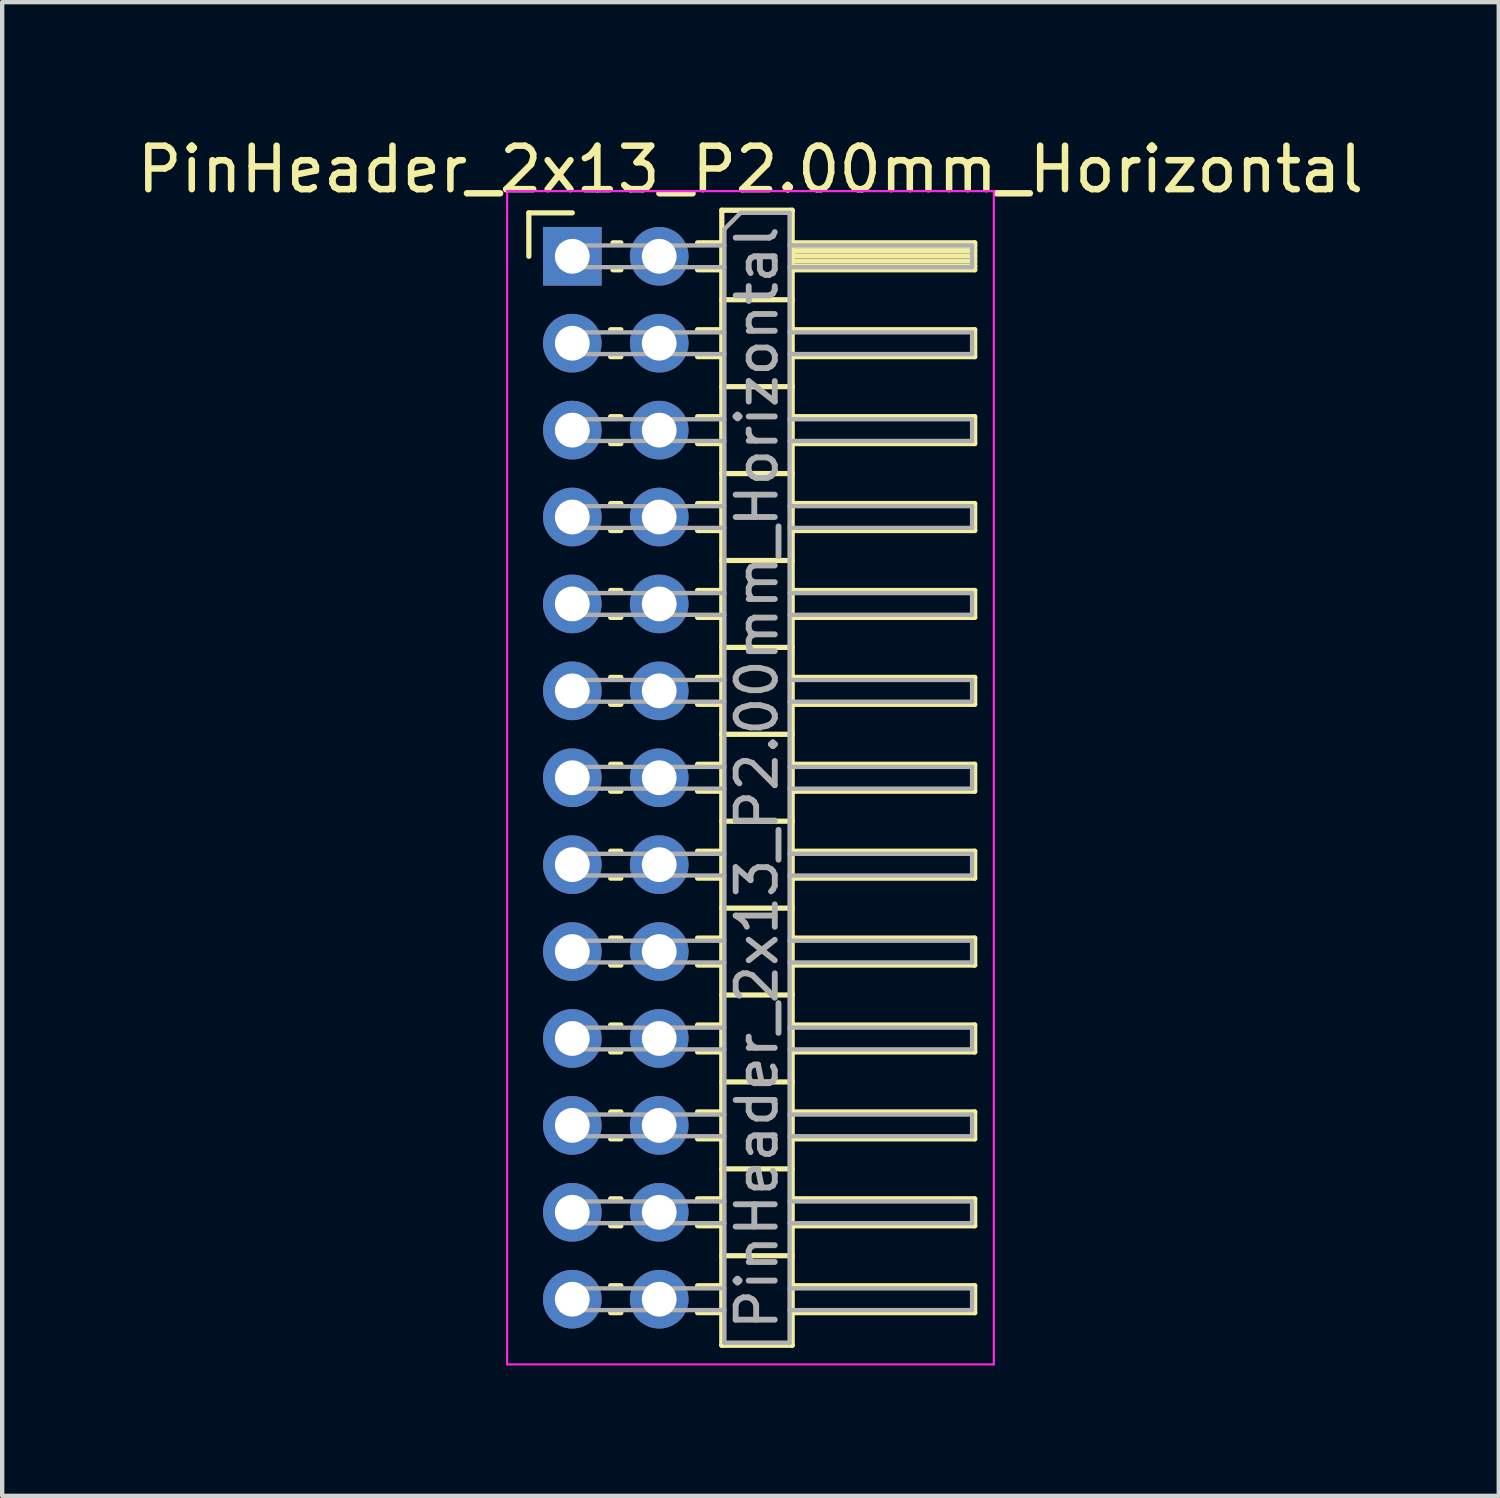
<source format=kicad_pcb>
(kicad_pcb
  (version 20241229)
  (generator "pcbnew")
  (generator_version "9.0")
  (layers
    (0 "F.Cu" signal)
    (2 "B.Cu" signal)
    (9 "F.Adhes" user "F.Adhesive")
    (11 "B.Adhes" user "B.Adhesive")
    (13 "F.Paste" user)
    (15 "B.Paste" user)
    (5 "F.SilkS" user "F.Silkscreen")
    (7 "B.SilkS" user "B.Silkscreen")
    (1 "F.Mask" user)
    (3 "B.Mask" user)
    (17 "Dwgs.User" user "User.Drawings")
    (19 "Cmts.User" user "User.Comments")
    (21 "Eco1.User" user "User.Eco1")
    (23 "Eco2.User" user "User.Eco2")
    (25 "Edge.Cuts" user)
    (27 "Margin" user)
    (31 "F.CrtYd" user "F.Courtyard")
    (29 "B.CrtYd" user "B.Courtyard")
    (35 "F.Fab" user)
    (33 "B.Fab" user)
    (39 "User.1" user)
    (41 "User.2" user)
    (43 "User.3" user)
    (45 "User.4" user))
  (footprint "PinHeader_2x13_P2.00mm_Horizontal"
    (layer "F.Cu")
    (at 10.12 2.848)
    (property "Reference" "PinHeader_2x13_P2.00mm_Horizontal" (at 4.1 -2 0) (layer "F.SilkS") (effects (font (size 1 1) (thickness 0.15))))
    (attr through_hole)
    (fp_line (start -1 -1) (end 0 -1) (stroke (width 0.12) (type solid)) (layer "F.SilkS"))
    (fp_line (start -1 0) (end -1 -1) (stroke (width 0.12) (type solid)) (layer "F.SilkS"))
    (fp_line (start 0.882 1.69) (end 1.118 1.69) (stroke (width 0.12) (type solid)) (layer "F.SilkS"))
    (fp_line (start 0.882 2.31) (end 1.118 2.31) (stroke (width 0.12) (type solid)) (layer "F.SilkS"))
    (fp_line (start 0.882 3.69) (end 1.118 3.69) (stroke (width 0.12) (type solid)) (layer "F.SilkS"))
    (fp_line (start 0.882 4.31) (end 1.118 4.31) (stroke (width 0.12) (type solid)) (layer "F.SilkS"))
    (fp_line (start 0.882 5.69) (end 1.118 5.69) (stroke (width 0.12) (type solid)) (layer "F.SilkS"))
    (fp_line (start 0.882 6.31) (end 1.118 6.31) (stroke (width 0.12) (type solid)) (layer "F.SilkS"))
    (fp_line (start 0.882 7.69) (end 1.118 7.69) (stroke (width 0.12) (type solid)) (layer "F.SilkS"))
    (fp_line (start 0.882 8.31) (end 1.118 8.31) (stroke (width 0.12) (type solid)) (layer "F.SilkS"))
    (fp_line (start 0.882 9.69) (end 1.118 9.69) (stroke (width 0.12) (type solid)) (layer "F.SilkS"))
    (fp_line (start 0.882 10.31) (end 1.118 10.31) (stroke (width 0.12) (type solid)) (layer "F.SilkS"))
    (fp_line (start 0.882 11.69) (end 1.118 11.69) (stroke (width 0.12) (type solid)) (layer "F.SilkS"))
    (fp_line (start 0.882 12.31) (end 1.118 12.31) (stroke (width 0.12) (type solid)) (layer "F.SilkS"))
    (fp_line (start 0.882 13.69) (end 1.118 13.69) (stroke (width 0.12) (type solid)) (layer "F.SilkS"))
    (fp_line (start 0.882 14.31) (end 1.118 14.31) (stroke (width 0.12) (type solid)) (layer "F.SilkS"))
    (fp_line (start 0.882 15.69) (end 1.118 15.69) (stroke (width 0.12) (type solid)) (layer "F.SilkS"))
    (fp_line (start 0.882 16.31) (end 1.118 16.31) (stroke (width 0.12) (type solid)) (layer "F.SilkS"))
    (fp_line (start 0.882 17.69) (end 1.118 17.69) (stroke (width 0.12) (type solid)) (layer "F.SilkS"))
    (fp_line (start 0.882 18.31) (end 1.118 18.31) (stroke (width 0.12) (type solid)) (layer "F.SilkS"))
    (fp_line (start 0.882 19.69) (end 1.118 19.69) (stroke (width 0.12) (type solid)) (layer "F.SilkS"))
    (fp_line (start 0.882 20.31) (end 1.118 20.31) (stroke (width 0.12) (type solid)) (layer "F.SilkS"))
    (fp_line (start 0.882 21.69) (end 1.118 21.69) (stroke (width 0.12) (type solid)) (layer "F.SilkS"))
    (fp_line (start 0.882 22.31) (end 1.118 22.31) (stroke (width 0.12) (type solid)) (layer "F.SilkS"))
    (fp_line (start 0.882 23.69) (end 1.118 23.69) (stroke (width 0.12) (type solid)) (layer "F.SilkS"))
    (fp_line (start 0.882 24.31) (end 1.118 24.31) (stroke (width 0.12) (type solid)) (layer "F.SilkS"))
    (fp_line (start 0.935 -0.31) (end 1.118 -0.31) (stroke (width 0.12) (type solid)) (layer "F.SilkS"))
    (fp_line (start 0.935 0.31) (end 1.118 0.31) (stroke (width 0.12) (type solid)) (layer "F.SilkS"))
    (fp_line (start 2.882 -0.31) (end 3.44 -0.31) (stroke (width 0.12) (type solid)) (layer "F.SilkS"))
    (fp_line (start 2.882 0.31) (end 3.44 0.31) (stroke (width 0.12) (type solid)) (layer "F.SilkS"))
    (fp_line (start 2.882 1.69) (end 3.44 1.69) (stroke (width 0.12) (type solid)) (layer "F.SilkS"))
    (fp_line (start 2.882 2.31) (end 3.44 2.31) (stroke (width 0.12) (type solid)) (layer "F.SilkS"))
    (fp_line (start 2.882 3.69) (end 3.44 3.69) (stroke (width 0.12) (type solid)) (layer "F.SilkS"))
    (fp_line (start 2.882 4.31) (end 3.44 4.31) (stroke (width 0.12) (type solid)) (layer "F.SilkS"))
    (fp_line (start 2.882 5.69) (end 3.44 5.69) (stroke (width 0.12) (type solid)) (layer "F.SilkS"))
    (fp_line (start 2.882 6.31) (end 3.44 6.31) (stroke (width 0.12) (type solid)) (layer "F.SilkS"))
    (fp_line (start 2.882 7.69) (end 3.44 7.69) (stroke (width 0.12) (type solid)) (layer "F.SilkS"))
    (fp_line (start 2.882 8.31) (end 3.44 8.31) (stroke (width 0.12) (type solid)) (layer "F.SilkS"))
    (fp_line (start 2.882 9.69) (end 3.44 9.69) (stroke (width 0.12) (type solid)) (layer "F.SilkS"))
    (fp_line (start 2.882 10.31) (end 3.44 10.31) (stroke (width 0.12) (type solid)) (layer "F.SilkS"))
    (fp_line (start 2.882 11.69) (end 3.44 11.69) (stroke (width 0.12) (type solid)) (layer "F.SilkS"))
    (fp_line (start 2.882 12.31) (end 3.44 12.31) (stroke (width 0.12) (type solid)) (layer "F.SilkS"))
    (fp_line (start 2.882 13.69) (end 3.44 13.69) (stroke (width 0.12) (type solid)) (layer "F.SilkS"))
    (fp_line (start 2.882 14.31) (end 3.44 14.31) (stroke (width 0.12) (type solid)) (layer "F.SilkS"))
    (fp_line (start 2.882 15.69) (end 3.44 15.69) (stroke (width 0.12) (type solid)) (layer "F.SilkS"))
    (fp_line (start 2.882 16.31) (end 3.44 16.31) (stroke (width 0.12) (type solid)) (layer "F.SilkS"))
    (fp_line (start 2.882 17.69) (end 3.44 17.69) (stroke (width 0.12) (type solid)) (layer "F.SilkS"))
    (fp_line (start 2.882 18.31) (end 3.44 18.31) (stroke (width 0.12) (type solid)) (layer "F.SilkS"))
    (fp_line (start 2.882 19.69) (end 3.44 19.69) (stroke (width 0.12) (type solid)) (layer "F.SilkS"))
    (fp_line (start 2.882 20.31) (end 3.44 20.31) (stroke (width 0.12) (type solid)) (layer "F.SilkS"))
    (fp_line (start 2.882 21.69) (end 3.44 21.69) (stroke (width 0.12) (type solid)) (layer "F.SilkS"))
    (fp_line (start 2.882 22.31) (end 3.44 22.31) (stroke (width 0.12) (type solid)) (layer "F.SilkS"))
    (fp_line (start 2.882 23.69) (end 3.44 23.69) (stroke (width 0.12) (type solid)) (layer "F.SilkS"))
    (fp_line (start 2.882 24.31) (end 3.44 24.31) (stroke (width 0.12) (type solid)) (layer "F.SilkS"))
    (fp_line (start 3.44 -1.06) (end 3.44 25.06) (stroke (width 0.12) (type solid)) (layer "F.SilkS"))
    (fp_line (start 3.44 1) (end 5.06 1) (stroke (width 0.12) (type solid)) (layer "F.SilkS"))
    (fp_line (start 3.44 3) (end 5.06 3) (stroke (width 0.12) (type solid)) (layer "F.SilkS"))
    (fp_line (start 3.44 5) (end 5.06 5) (stroke (width 0.12) (type solid)) (layer "F.SilkS"))
    (fp_line (start 3.44 7) (end 5.06 7) (stroke (width 0.12) (type solid)) (layer "F.SilkS"))
    (fp_line (start 3.44 9) (end 5.06 9) (stroke (width 0.12) (type solid)) (layer "F.SilkS"))
    (fp_line (start 3.44 11) (end 5.06 11) (stroke (width 0.12) (type solid)) (layer "F.SilkS"))
    (fp_line (start 3.44 13) (end 5.06 13) (stroke (width 0.12) (type solid)) (layer "F.SilkS"))
    (fp_line (start 3.44 15) (end 5.06 15) (stroke (width 0.12) (type solid)) (layer "F.SilkS"))
    (fp_line (start 3.44 17) (end 5.06 17) (stroke (width 0.12) (type solid)) (layer "F.SilkS"))
    (fp_line (start 3.44 19) (end 5.06 19) (stroke (width 0.12) (type solid)) (layer "F.SilkS"))
    (fp_line (start 3.44 21) (end 5.06 21) (stroke (width 0.12) (type solid)) (layer "F.SilkS"))
    (fp_line (start 3.44 23) (end 5.06 23) (stroke (width 0.12) (type solid)) (layer "F.SilkS"))
    (fp_line (start 3.44 25.06) (end 5.06 25.06) (stroke (width 0.12) (type solid)) (layer "F.SilkS"))
    (fp_line (start 5.06 -1.06) (end 3.44 -1.06) (stroke (width 0.12) (type solid)) (layer "F.SilkS"))
    (fp_line (start 5.06 -0.31) (end 9.26 -0.31) (stroke (width 0.12) (type solid)) (layer "F.SilkS"))
    (fp_line (start 5.06 -0.25) (end 9.26 -0.25) (stroke (width 0.12) (type solid)) (layer "F.SilkS"))
    (fp_line (start 5.06 -0.13) (end 9.26 -0.13) (stroke (width 0.12) (type solid)) (layer "F.SilkS"))
    (fp_line (start 5.06 -0.01) (end 9.26 -0.01) (stroke (width 0.12) (type solid)) (layer "F.SilkS"))
    (fp_line (start 5.06 0.11) (end 9.26 0.11) (stroke (width 0.12) (type solid)) (layer "F.SilkS"))
    (fp_line (start 5.06 0.23) (end 9.26 0.23) (stroke (width 0.12) (type solid)) (layer "F.SilkS"))
    (fp_line (start 5.06 1.69) (end 9.26 1.69) (stroke (width 0.12) (type solid)) (layer "F.SilkS"))
    (fp_line (start 5.06 3.69) (end 9.26 3.69) (stroke (width 0.12) (type solid)) (layer "F.SilkS"))
    (fp_line (start 5.06 5.69) (end 9.26 5.69) (stroke (width 0.12) (type solid)) (layer "F.SilkS"))
    (fp_line (start 5.06 7.69) (end 9.26 7.69) (stroke (width 0.12) (type solid)) (layer "F.SilkS"))
    (fp_line (start 5.06 9.69) (end 9.26 9.69) (stroke (width 0.12) (type solid)) (layer "F.SilkS"))
    (fp_line (start 5.06 11.69) (end 9.26 11.69) (stroke (width 0.12) (type solid)) (layer "F.SilkS"))
    (fp_line (start 5.06 13.69) (end 9.26 13.69) (stroke (width 0.12) (type solid)) (layer "F.SilkS"))
    (fp_line (start 5.06 15.69) (end 9.26 15.69) (stroke (width 0.12) (type solid)) (layer "F.SilkS"))
    (fp_line (start 5.06 17.69) (end 9.26 17.69) (stroke (width 0.12) (type solid)) (layer "F.SilkS"))
    (fp_line (start 5.06 19.69) (end 9.26 19.69) (stroke (width 0.12) (type solid)) (layer "F.SilkS"))
    (fp_line (start 5.06 21.69) (end 9.26 21.69) (stroke (width 0.12) (type solid)) (layer "F.SilkS"))
    (fp_line (start 5.06 23.69) (end 9.26 23.69) (stroke (width 0.12) (type solid)) (layer "F.SilkS"))
    (fp_line (start 5.06 25.06) (end 5.06 -1.06) (stroke (width 0.12) (type solid)) (layer "F.SilkS"))
    (fp_line (start 9.26 -0.31) (end 9.26 0.31) (stroke (width 0.12) (type solid)) (layer "F.SilkS"))
    (fp_line (start 9.26 0.31) (end 5.06 0.31) (stroke (width 0.12) (type solid)) (layer "F.SilkS"))
    (fp_line (start 9.26 1.69) (end 9.26 2.31) (stroke (width 0.12) (type solid)) (layer "F.SilkS"))
    (fp_line (start 9.26 2.31) (end 5.06 2.31) (stroke (width 0.12) (type solid)) (layer "F.SilkS"))
    (fp_line (start 9.26 3.69) (end 9.26 4.31) (stroke (width 0.12) (type solid)) (layer "F.SilkS"))
    (fp_line (start 9.26 4.31) (end 5.06 4.31) (stroke (width 0.12) (type solid)) (layer "F.SilkS"))
    (fp_line (start 9.26 5.69) (end 9.26 6.31) (stroke (width 0.12) (type solid)) (layer "F.SilkS"))
    (fp_line (start 9.26 6.31) (end 5.06 6.31) (stroke (width 0.12) (type solid)) (layer "F.SilkS"))
    (fp_line (start 9.26 7.69) (end 9.26 8.31) (stroke (width 0.12) (type solid)) (layer "F.SilkS"))
    (fp_line (start 9.26 8.31) (end 5.06 8.31) (stroke (width 0.12) (type solid)) (layer "F.SilkS"))
    (fp_line (start 9.26 9.69) (end 9.26 10.31) (stroke (width 0.12) (type solid)) (layer "F.SilkS"))
    (fp_line (start 9.26 10.31) (end 5.06 10.31) (stroke (width 0.12) (type solid)) (layer "F.SilkS"))
    (fp_line (start 9.26 11.69) (end 9.26 12.31) (stroke (width 0.12) (type solid)) (layer "F.SilkS"))
    (fp_line (start 9.26 12.31) (end 5.06 12.31) (stroke (width 0.12) (type solid)) (layer "F.SilkS"))
    (fp_line (start 9.26 13.69) (end 9.26 14.31) (stroke (width 0.12) (type solid)) (layer "F.SilkS"))
    (fp_line (start 9.26 14.31) (end 5.06 14.31) (stroke (width 0.12) (type solid)) (layer "F.SilkS"))
    (fp_line (start 9.26 15.69) (end 9.26 16.31) (stroke (width 0.12) (type solid)) (layer "F.SilkS"))
    (fp_line (start 9.26 16.31) (end 5.06 16.31) (stroke (width 0.12) (type solid)) (layer "F.SilkS"))
    (fp_line (start 9.26 17.69) (end 9.26 18.31) (stroke (width 0.12) (type solid)) (layer "F.SilkS"))
    (fp_line (start 9.26 18.31) (end 5.06 18.31) (stroke (width 0.12) (type solid)) (layer "F.SilkS"))
    (fp_line (start 9.26 19.69) (end 9.26 20.31) (stroke (width 0.12) (type solid)) (layer "F.SilkS"))
    (fp_line (start 9.26 20.31) (end 5.06 20.31) (stroke (width 0.12) (type solid)) (layer "F.SilkS"))
    (fp_line (start 9.26 21.69) (end 9.26 22.31) (stroke (width 0.12) (type solid)) (layer "F.SilkS"))
    (fp_line (start 9.26 22.31) (end 5.06 22.31) (stroke (width 0.12) (type solid)) (layer "F.SilkS"))
    (fp_line (start 9.26 23.69) (end 9.26 24.31) (stroke (width 0.12) (type solid)) (layer "F.SilkS"))
    (fp_line (start 9.26 24.31) (end 5.06 24.31) (stroke (width 0.12) (type solid)) (layer "F.SilkS"))
    (fp_line (start -1.5 -1.5) (end -1.5 25.5) (stroke (width 0.05) (type solid)) (layer "F.CrtYd"))
    (fp_line (start -1.5 25.5) (end 9.7 25.5) (stroke (width 0.05) (type solid)) (layer "F.CrtYd"))
    (fp_line (start 9.7 -1.5) (end -1.5 -1.5) (stroke (width 0.05) (type solid)) (layer "F.CrtYd"))
    (fp_line (start 9.7 25.5) (end 9.7 -1.5) (stroke (width 0.05) (type solid)) (layer "F.CrtYd"))
    (fp_line (start -0.25 -0.25) (end -0.25 0.25) (stroke (width 0.1) (type solid)) (layer "F.Fab"))
    (fp_line (start -0.25 -0.25) (end 3.5 -0.25) (stroke (width 0.1) (type solid)) (layer "F.Fab"))
    (fp_line (start -0.25 0.25) (end 3.5 0.25) (stroke (width 0.1) (type solid)) (layer "F.Fab"))
    (fp_line (start -0.25 1.75) (end -0.25 2.25) (stroke (width 0.1) (type solid)) (layer "F.Fab"))
    (fp_line (start -0.25 1.75) (end 3.5 1.75) (stroke (width 0.1) (type solid)) (layer "F.Fab"))
    (fp_line (start -0.25 2.25) (end 3.5 2.25) (stroke (width 0.1) (type solid)) (layer "F.Fab"))
    (fp_line (start -0.25 3.75) (end -0.25 4.25) (stroke (width 0.1) (type solid)) (layer "F.Fab"))
    (fp_line (start -0.25 3.75) (end 3.5 3.75) (stroke (width 0.1) (type solid)) (layer "F.Fab"))
    (fp_line (start -0.25 4.25) (end 3.5 4.25) (stroke (width 0.1) (type solid)) (layer "F.Fab"))
    (fp_line (start -0.25 5.75) (end -0.25 6.25) (stroke (width 0.1) (type solid)) (layer "F.Fab"))
    (fp_line (start -0.25 5.75) (end 3.5 5.75) (stroke (width 0.1) (type solid)) (layer "F.Fab"))
    (fp_line (start -0.25 6.25) (end 3.5 6.25) (stroke (width 0.1) (type solid)) (layer "F.Fab"))
    (fp_line (start -0.25 7.75) (end -0.25 8.25) (stroke (width 0.1) (type solid)) (layer "F.Fab"))
    (fp_line (start -0.25 7.75) (end 3.5 7.75) (stroke (width 0.1) (type solid)) (layer "F.Fab"))
    (fp_line (start -0.25 8.25) (end 3.5 8.25) (stroke (width 0.1) (type solid)) (layer "F.Fab"))
    (fp_line (start -0.25 9.75) (end -0.25 10.25) (stroke (width 0.1) (type solid)) (layer "F.Fab"))
    (fp_line (start -0.25 9.75) (end 3.5 9.75) (stroke (width 0.1) (type solid)) (layer "F.Fab"))
    (fp_line (start -0.25 10.25) (end 3.5 10.25) (stroke (width 0.1) (type solid)) (layer "F.Fab"))
    (fp_line (start -0.25 11.75) (end -0.25 12.25) (stroke (width 0.1) (type solid)) (layer "F.Fab"))
    (fp_line (start -0.25 11.75) (end 3.5 11.75) (stroke (width 0.1) (type solid)) (layer "F.Fab"))
    (fp_line (start -0.25 12.25) (end 3.5 12.25) (stroke (width 0.1) (type solid)) (layer "F.Fab"))
    (fp_line (start -0.25 13.75) (end -0.25 14.25) (stroke (width 0.1) (type solid)) (layer "F.Fab"))
    (fp_line (start -0.25 13.75) (end 3.5 13.75) (stroke (width 0.1) (type solid)) (layer "F.Fab"))
    (fp_line (start -0.25 14.25) (end 3.5 14.25) (stroke (width 0.1) (type solid)) (layer "F.Fab"))
    (fp_line (start -0.25 15.75) (end -0.25 16.25) (stroke (width 0.1) (type solid)) (layer "F.Fab"))
    (fp_line (start -0.25 15.75) (end 3.5 15.75) (stroke (width 0.1) (type solid)) (layer "F.Fab"))
    (fp_line (start -0.25 16.25) (end 3.5 16.25) (stroke (width 0.1) (type solid)) (layer "F.Fab"))
    (fp_line (start -0.25 17.75) (end -0.25 18.25) (stroke (width 0.1) (type solid)) (layer "F.Fab"))
    (fp_line (start -0.25 17.75) (end 3.5 17.75) (stroke (width 0.1) (type solid)) (layer "F.Fab"))
    (fp_line (start -0.25 18.25) (end 3.5 18.25) (stroke (width 0.1) (type solid)) (layer "F.Fab"))
    (fp_line (start -0.25 19.75) (end -0.25 20.25) (stroke (width 0.1) (type solid)) (layer "F.Fab"))
    (fp_line (start -0.25 19.75) (end 3.5 19.75) (stroke (width 0.1) (type solid)) (layer "F.Fab"))
    (fp_line (start -0.25 20.25) (end 3.5 20.25) (stroke (width 0.1) (type solid)) (layer "F.Fab"))
    (fp_line (start -0.25 21.75) (end -0.25 22.25) (stroke (width 0.1) (type solid)) (layer "F.Fab"))
    (fp_line (start -0.25 21.75) (end 3.5 21.75) (stroke (width 0.1) (type solid)) (layer "F.Fab"))
    (fp_line (start -0.25 22.25) (end 3.5 22.25) (stroke (width 0.1) (type solid)) (layer "F.Fab"))
    (fp_line (start -0.25 23.75) (end -0.25 24.25) (stroke (width 0.1) (type solid)) (layer "F.Fab"))
    (fp_line (start -0.25 23.75) (end 3.5 23.75) (stroke (width 0.1) (type solid)) (layer "F.Fab"))
    (fp_line (start -0.25 24.25) (end 3.5 24.25) (stroke (width 0.1) (type solid)) (layer "F.Fab"))
    (fp_line (start 3.5 -0.625) (end 3.875 -1) (stroke (width 0.1) (type solid)) (layer "F.Fab"))
    (fp_line (start 3.5 25) (end 3.5 -0.625) (stroke (width 0.1) (type solid)) (layer "F.Fab"))
    (fp_line (start 3.875 -1) (end 5 -1) (stroke (width 0.1) (type solid)) (layer "F.Fab"))
    (fp_line (start 5 -1) (end 5 25) (stroke (width 0.1) (type solid)) (layer "F.Fab"))
    (fp_line (start 5 -0.25) (end 9.2 -0.25) (stroke (width 0.1) (type solid)) (layer "F.Fab"))
    (fp_line (start 5 0.25) (end 9.2 0.25) (stroke (width 0.1) (type solid)) (layer "F.Fab"))
    (fp_line (start 5 1.75) (end 9.2 1.75) (stroke (width 0.1) (type solid)) (layer "F.Fab"))
    (fp_line (start 5 2.25) (end 9.2 2.25) (stroke (width 0.1) (type solid)) (layer "F.Fab"))
    (fp_line (start 5 3.75) (end 9.2 3.75) (stroke (width 0.1) (type solid)) (layer "F.Fab"))
    (fp_line (start 5 4.25) (end 9.2 4.25) (stroke (width 0.1) (type solid)) (layer "F.Fab"))
    (fp_line (start 5 5.75) (end 9.2 5.75) (stroke (width 0.1) (type solid)) (layer "F.Fab"))
    (fp_line (start 5 6.25) (end 9.2 6.25) (stroke (width 0.1) (type solid)) (layer "F.Fab"))
    (fp_line (start 5 7.75) (end 9.2 7.75) (stroke (width 0.1) (type solid)) (layer "F.Fab"))
    (fp_line (start 5 8.25) (end 9.2 8.25) (stroke (width 0.1) (type solid)) (layer "F.Fab"))
    (fp_line (start 5 9.75) (end 9.2 9.75) (stroke (width 0.1) (type solid)) (layer "F.Fab"))
    (fp_line (start 5 10.25) (end 9.2 10.25) (stroke (width 0.1) (type solid)) (layer "F.Fab"))
    (fp_line (start 5 11.75) (end 9.2 11.75) (stroke (width 0.1) (type solid)) (layer "F.Fab"))
    (fp_line (start 5 12.25) (end 9.2 12.25) (stroke (width 0.1) (type solid)) (layer "F.Fab"))
    (fp_line (start 5 13.75) (end 9.2 13.75) (stroke (width 0.1) (type solid)) (layer "F.Fab"))
    (fp_line (start 5 14.25) (end 9.2 14.25) (stroke (width 0.1) (type solid)) (layer "F.Fab"))
    (fp_line (start 5 15.75) (end 9.2 15.75) (stroke (width 0.1) (type solid)) (layer "F.Fab"))
    (fp_line (start 5 16.25) (end 9.2 16.25) (stroke (width 0.1) (type solid)) (layer "F.Fab"))
    (fp_line (start 5 17.75) (end 9.2 17.75) (stroke (width 0.1) (type solid)) (layer "F.Fab"))
    (fp_line (start 5 18.25) (end 9.2 18.25) (stroke (width 0.1) (type solid)) (layer "F.Fab"))
    (fp_line (start 5 19.75) (end 9.2 19.75) (stroke (width 0.1) (type solid)) (layer "F.Fab"))
    (fp_line (start 5 20.25) (end 9.2 20.25) (stroke (width 0.1) (type solid)) (layer "F.Fab"))
    (fp_line (start 5 21.75) (end 9.2 21.75) (stroke (width 0.1) (type solid)) (layer "F.Fab"))
    (fp_line (start 5 22.25) (end 9.2 22.25) (stroke (width 0.1) (type solid)) (layer "F.Fab"))
    (fp_line (start 5 23.75) (end 9.2 23.75) (stroke (width 0.1) (type solid)) (layer "F.Fab"))
    (fp_line (start 5 24.25) (end 9.2 24.25) (stroke (width 0.1) (type solid)) (layer "F.Fab"))
    (fp_line (start 5 25) (end 3.5 25) (stroke (width 0.1) (type solid)) (layer "F.Fab"))
    (fp_line (start 9.2 -0.25) (end 9.2 0.25) (stroke (width 0.1) (type solid)) (layer "F.Fab"))
    (fp_line (start 9.2 1.75) (end 9.2 2.25) (stroke (width 0.1) (type solid)) (layer "F.Fab"))
    (fp_line (start 9.2 3.75) (end 9.2 4.25) (stroke (width 0.1) (type solid)) (layer "F.Fab"))
    (fp_line (start 9.2 5.75) (end 9.2 6.25) (stroke (width 0.1) (type solid)) (layer "F.Fab"))
    (fp_line (start 9.2 7.75) (end 9.2 8.25) (stroke (width 0.1) (type solid)) (layer "F.Fab"))
    (fp_line (start 9.2 9.75) (end 9.2 10.25) (stroke (width 0.1) (type solid)) (layer "F.Fab"))
    (fp_line (start 9.2 11.75) (end 9.2 12.25) (stroke (width 0.1) (type solid)) (layer "F.Fab"))
    (fp_line (start 9.2 13.75) (end 9.2 14.25) (stroke (width 0.1) (type solid)) (layer "F.Fab"))
    (fp_line (start 9.2 15.75) (end 9.2 16.25) (stroke (width 0.1) (type solid)) (layer "F.Fab"))
    (fp_line (start 9.2 17.75) (end 9.2 18.25) (stroke (width 0.1) (type solid)) (layer "F.Fab"))
    (fp_line (start 9.2 19.75) (end 9.2 20.25) (stroke (width 0.1) (type solid)) (layer "F.Fab"))
    (fp_line (start 9.2 21.75) (end 9.2 22.25) (stroke (width 0.1) (type solid)) (layer "F.Fab"))
    (fp_line (start 9.2 23.75) (end 9.2 24.25) (stroke (width 0.1) (type solid)) (layer "F.Fab"))
    (fp_text user "${REFERENCE}" (at 4.25 12 90) (layer "F.Fab") (effects (font (size 0.9 0.9) (thickness 0.135))))
    (pad "1" thru_hole rect (at 0 0) (size 1.35 1.35) (drill 0.8) (layers "*.Cu" "*.Mask"))
    (pad "2" thru_hole oval (at 2 0) (size 1.35 1.35) (drill 0.8) (layers "*.Cu" "*.Mask"))
    (pad "3" thru_hole oval (at 0 2) (size 1.35 1.35) (drill 0.8) (layers "*.Cu" "*.Mask"))
    (pad "4" thru_hole oval (at 2 2) (size 1.35 1.35) (drill 0.8) (layers "*.Cu" "*.Mask"))
    (pad "5" thru_hole oval (at 0 4) (size 1.35 1.35) (drill 0.8) (layers "*.Cu" "*.Mask"))
    (pad "6" thru_hole oval (at 2 4) (size 1.35 1.35) (drill 0.8) (layers "*.Cu" "*.Mask"))
    (pad "7" thru_hole oval (at 0 6) (size 1.35 1.35) (drill 0.8) (layers "*.Cu" "*.Mask"))
    (pad "8" thru_hole oval (at 2 6) (size 1.35 1.35) (drill 0.8) (layers "*.Cu" "*.Mask"))
    (pad "9" thru_hole oval (at 0 8) (size 1.35 1.35) (drill 0.8) (layers "*.Cu" "*.Mask"))
    (pad "10" thru_hole oval (at 2 8) (size 1.35 1.35) (drill 0.8) (layers "*.Cu" "*.Mask"))
    (pad "11" thru_hole oval (at 0 10) (size 1.35 1.35) (drill 0.8) (layers "*.Cu" "*.Mask"))
    (pad "12" thru_hole oval (at 2 10) (size 1.35 1.35) (drill 0.8) (layers "*.Cu" "*.Mask"))
    (pad "13" thru_hole oval (at 0 12) (size 1.35 1.35) (drill 0.8) (layers "*.Cu" "*.Mask"))
    (pad "14" thru_hole oval (at 2 12) (size 1.35 1.35) (drill 0.8) (layers "*.Cu" "*.Mask"))
    (pad "15" thru_hole oval (at 0 14) (size 1.35 1.35) (drill 0.8) (layers "*.Cu" "*.Mask"))
    (pad "16" thru_hole oval (at 2 14) (size 1.35 1.35) (drill 0.8) (layers "*.Cu" "*.Mask"))
    (pad "17" thru_hole oval (at 0 16) (size 1.35 1.35) (drill 0.8) (layers "*.Cu" "*.Mask"))
    (pad "18" thru_hole oval (at 2 16) (size 1.35 1.35) (drill 0.8) (layers "*.Cu" "*.Mask"))
    (pad "19" thru_hole oval (at 0 18) (size 1.35 1.35) (drill 0.8) (layers "*.Cu" "*.Mask"))
    (pad "20" thru_hole oval (at 2 18) (size 1.35 1.35) (drill 0.8) (layers "*.Cu" "*.Mask"))
    (pad "21" thru_hole oval (at 0 20) (size 1.35 1.35) (drill 0.8) (layers "*.Cu" "*.Mask"))
    (pad "22" thru_hole oval (at 2 20) (size 1.35 1.35) (drill 0.8) (layers "*.Cu" "*.Mask"))
    (pad "23" thru_hole oval (at 0 22) (size 1.35 1.35) (drill 0.8) (layers "*.Cu" "*.Mask"))
    (pad "24" thru_hole oval (at 2 22) (size 1.35 1.35) (drill 0.8) (layers "*.Cu" "*.Mask"))
    (pad "25" thru_hole oval (at 0 24) (size 1.35 1.35) (drill 0.8) (layers "*.Cu" "*.Mask"))
    (pad "26" thru_hole oval (at 2 24) (size 1.35 1.35) (drill 0.8) (layers "*.Cu" "*.Mask")))
  (gr_rect
    (start -3 -3)
    (end 31.44 31.373)
    (stroke (width 0.1) (type default))
    (fill no)
    (layer "Edge.Cuts")))
</source>
